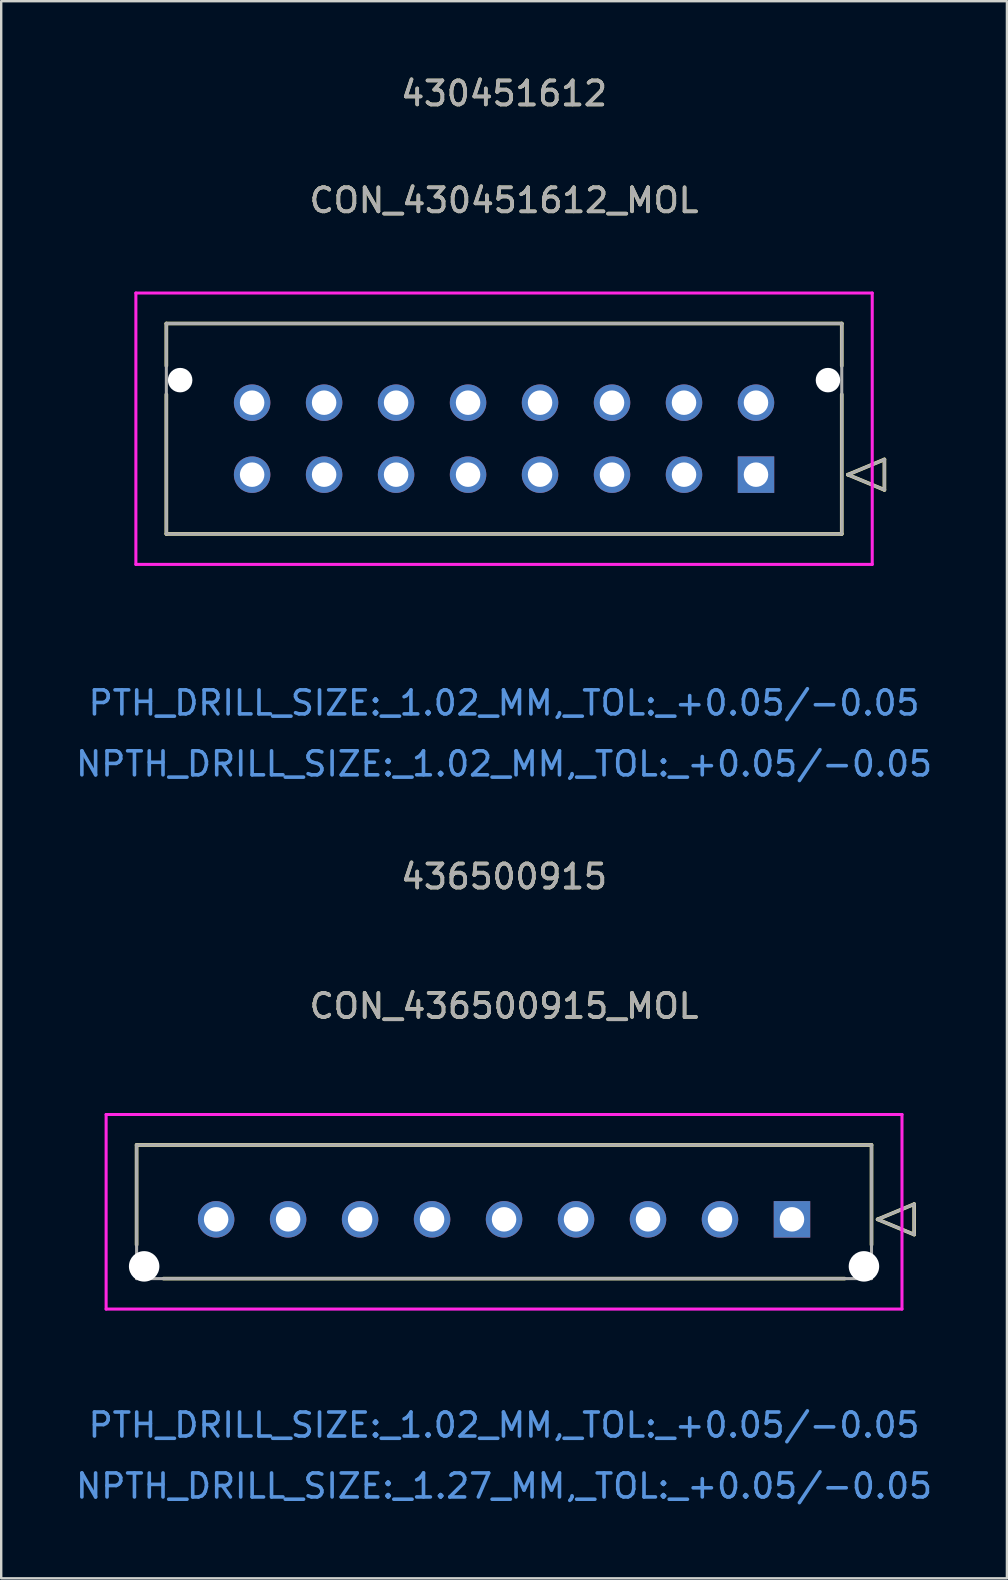
<source format=kicad_pcb>
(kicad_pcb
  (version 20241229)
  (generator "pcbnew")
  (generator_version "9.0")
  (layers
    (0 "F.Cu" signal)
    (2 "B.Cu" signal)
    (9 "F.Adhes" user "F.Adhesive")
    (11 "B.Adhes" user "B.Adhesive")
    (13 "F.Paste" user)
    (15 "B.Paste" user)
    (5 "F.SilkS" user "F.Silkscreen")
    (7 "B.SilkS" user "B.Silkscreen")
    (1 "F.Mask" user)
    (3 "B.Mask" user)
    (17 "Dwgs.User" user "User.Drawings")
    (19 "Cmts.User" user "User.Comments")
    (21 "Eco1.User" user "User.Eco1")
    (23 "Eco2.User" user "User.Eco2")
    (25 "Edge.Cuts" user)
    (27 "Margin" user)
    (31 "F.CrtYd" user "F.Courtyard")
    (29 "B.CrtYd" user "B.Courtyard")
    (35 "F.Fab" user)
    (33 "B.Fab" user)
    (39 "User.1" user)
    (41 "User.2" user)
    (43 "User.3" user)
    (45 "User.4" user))
  (footprint "CON_436500915_MOL"
    (layer "F.Cu")
    (at 29.958 47.77)
    (property "Reference" "CON_436500915_MOL" (at -12 -8.89 0) (unlocked yes) (layer "F.SilkS") (effects (font (size 1 1) (thickness 0.15))))
    (attr through_hole)
    (fp_line (start -27.315 -3.1) (end -27.315 1.061) (stroke (width 0.152) (type solid)) (layer "F.SilkS"))
    (fp_line (start -26.195 2.47) (end 2.196 2.47) (stroke (width 0.152) (type solid)) (layer "F.SilkS"))
    (fp_line (start 3.315 -3.1) (end -27.315 -3.1) (stroke (width 0.152) (type solid)) (layer "F.SilkS"))
    (fp_line (start 3.315 1.061) (end 3.315 -3.1) (stroke (width 0.152) (type solid)) (layer "F.SilkS"))
    (fp_line (start 3.569 0) (end 5.093 -0.635) (stroke (width 0.152) (type solid)) (layer "F.SilkS"))
    (fp_line (start 5.093 -0.635) (end 5.093 0.635) (stroke (width 0.152) (type solid)) (layer "F.SilkS"))
    (fp_line (start 5.093 0.635) (end 3.569 0) (stroke (width 0.152) (type solid)) (layer "F.SilkS"))
    (fp_line (start -28.585 -4.37) (end -28.585 3.74) (stroke (width 0.127) (type solid)) (layer "F.CrtYd"))
    (fp_line (start -28.585 3.74) (end 4.585 3.74) (stroke (width 0.127) (type solid)) (layer "F.CrtYd"))
    (fp_line (start 4.585 -4.37) (end -28.585 -4.37) (stroke (width 0.127) (type solid)) (layer "F.CrtYd"))
    (fp_line (start 4.585 3.74) (end 4.585 -4.37) (stroke (width 0.127) (type solid)) (layer "F.CrtYd"))
    (fp_line (start -27.315 -3.1) (end -27.315 2.47) (stroke (width 0.127) (type solid)) (layer "F.Fab"))
    (fp_line (start -27.315 2.47) (end 3.315 2.47) (stroke (width 0.127) (type solid)) (layer "F.Fab"))
    (fp_line (start 3.315 -3.1) (end -27.315 -3.1) (stroke (width 0.127) (type solid)) (layer "F.Fab"))
    (fp_line (start 3.315 2.47) (end 3.315 -3.1) (stroke (width 0.127) (type solid)) (layer "F.Fab"))
    (fp_line (start 3.569 0) (end 5.093 -0.635) (stroke (width 0.127) (type solid)) (layer "F.Fab"))
    (fp_line (start 5.093 -0.635) (end 5.093 0.635) (stroke (width 0.127) (type solid)) (layer "F.Fab"))
    (fp_line (start 5.093 0.635) (end 3.569 0) (stroke (width 0.127) (type solid)) (layer "F.Fab"))
    (fp_text user "436500915" (at -12 -14.285 0) (unlocked yes) (layer "F.SilkS") (effects (font (size 1 1) (thickness 0.15))))
    (fp_text user "PTH_DRILL_SIZE:_1.02_MM,_TOL:_+0.05/-0.05" (at -12 8.575 0) (unlocked yes) (layer "Cmts.User") (effects (font (size 1 1) (thickness 0.15))))
    (fp_text user "NPTH_DRILL_SIZE:_1.27_MM,_TOL:_+0.05/-0.05" (at -12 11.115 0) (unlocked yes) (layer "Cmts.User") (effects (font (size 1 1) (thickness 0.15))))
    (fp_text user "${REFERENCE}" (at -12 -8.89 0) (unlocked yes) (layer "F.Fab") (effects (font (size 1 1) (thickness 0.15))))
    (fp_text user "436500915" (at -12 -14.285 0) (unlocked yes) (layer "F.Fab") (effects (font (size 1 1) (thickness 0.15))))
    (pad "" np_thru_hole circle (at -27 1.96) (size 1.27 1.27) (drill 1.27) (layers "*.Cu" "*.Mask"))
    (pad "" np_thru_hole circle (at 3 1.96) (size 1.27 1.27) (drill 1.27) (layers "*.Cu" "*.Mask"))
    (pad "1" thru_hole rect (at 0 0) (size 1.52 1.52) (drill 1.02) (layers "*.Cu" "*.Mask"))
    (pad "2" thru_hole circle (at -3 0) (size 1.52 1.52) (drill 1.02) (layers "*.Cu" "*.Mask"))
    (pad "3" thru_hole circle (at -6 0) (size 1.52 1.52) (drill 1.02) (layers "*.Cu" "*.Mask"))
    (pad "4" thru_hole circle (at -9 0) (size 1.52 1.52) (drill 1.02) (layers "*.Cu" "*.Mask"))
    (pad "5" thru_hole circle (at -12 0) (size 1.52 1.52) (drill 1.02) (layers "*.Cu" "*.Mask"))
    (pad "6" thru_hole circle (at -15 0) (size 1.52 1.52) (drill 1.02) (layers "*.Cu" "*.Mask"))
    (pad "7" thru_hole circle (at -18 0) (size 1.52 1.52) (drill 1.02) (layers "*.Cu" "*.Mask"))
    (pad "8" thru_hole circle (at -21 0) (size 1.52 1.52) (drill 1.02) (layers "*.Cu" "*.Mask"))
    (pad "9" thru_hole circle (at -24 0) (size 1.52 1.52) (drill 1.02) (layers "*.Cu" "*.Mask")))
  (footprint "CON_430451612_MOL"
    (layer "F.Cu")
    (at 28.458 16.733)
    (property "Reference" "CON_430451612_MOL" (at -10.5 -11.43 0) (unlocked yes) (layer "F.SilkS") (effects (font (size 1 1) (thickness 0.15))))
    (attr through_hole)
    (fp_line (start -24.575 -6.3) (end -24.575 -4.535) (stroke (width 0.152) (type solid)) (layer "F.SilkS"))
    (fp_line (start -24.575 -3.345) (end -24.575 2.47) (stroke (width 0.152) (type solid)) (layer "F.SilkS"))
    (fp_line (start -24.575 2.47) (end 3.575 2.47) (stroke (width 0.152) (type solid)) (layer "F.SilkS"))
    (fp_line (start 3.575 -6.3) (end -24.575 -6.3) (stroke (width 0.152) (type solid)) (layer "F.SilkS"))
    (fp_line (start 3.575 -4.535) (end 3.575 -6.3) (stroke (width 0.152) (type solid)) (layer "F.SilkS"))
    (fp_line (start 3.575 2.47) (end 3.575 -3.345) (stroke (width 0.152) (type solid)) (layer "F.SilkS"))
    (fp_line (start 3.829 0) (end 5.353 -0.635) (stroke (width 0.152) (type solid)) (layer "F.SilkS"))
    (fp_line (start 5.353 -0.635) (end 5.353 0.635) (stroke (width 0.152) (type solid)) (layer "F.SilkS"))
    (fp_line (start 5.353 0.635) (end 3.829 0) (stroke (width 0.152) (type solid)) (layer "F.SilkS"))
    (fp_line (start -25.845 -7.57) (end -25.845 3.74) (stroke (width 0.127) (type solid)) (layer "F.CrtYd"))
    (fp_line (start -25.845 3.74) (end 4.845 3.74) (stroke (width 0.127) (type solid)) (layer "F.CrtYd"))
    (fp_line (start 4.845 -7.57) (end -25.845 -7.57) (stroke (width 0.127) (type solid)) (layer "F.CrtYd"))
    (fp_line (start 4.845 3.74) (end 4.845 -7.57) (stroke (width 0.127) (type solid)) (layer "F.CrtYd"))
    (fp_line (start -24.575 -6.3) (end -24.575 2.47) (stroke (width 0.127) (type solid)) (layer "F.Fab"))
    (fp_line (start -24.575 2.47) (end 3.575 2.47) (stroke (width 0.127) (type solid)) (layer "F.Fab"))
    (fp_line (start 3.575 -6.3) (end -24.575 -6.3) (stroke (width 0.127) (type solid)) (layer "F.Fab"))
    (fp_line (start 3.575 2.47) (end 3.575 -6.3) (stroke (width 0.127) (type solid)) (layer "F.Fab"))
    (fp_line (start 3.829 0) (end 5.353 -0.635) (stroke (width 0.127) (type solid)) (layer "F.Fab"))
    (fp_line (start 5.353 -0.635) (end 5.353 0.635) (stroke (width 0.127) (type solid)) (layer "F.Fab"))
    (fp_line (start 5.353 0.635) (end 3.829 0) (stroke (width 0.127) (type solid)) (layer "F.Fab"))
    (fp_text user "430451612" (at -10.5 -15.885 0) (unlocked yes) (layer "F.SilkS") (effects (font (size 1 1) (thickness 0.15))))
    (fp_text user "PTH_DRILL_SIZE:_1.02_MM,_TOL:_+0.05/-0.05" (at -10.5 9.515 0) (unlocked yes) (layer "Cmts.User") (effects (font (size 1 1) (thickness 0.15))))
    (fp_text user "NPTH_DRILL_SIZE:_1.02_MM,_TOL:_+0.05/-0.05" (at -10.5 12.055 0) (unlocked yes) (layer "Cmts.User") (effects (font (size 1 1) (thickness 0.15))))
    (fp_text user "${REFERENCE}" (at -10.5 -11.43 0) (unlocked yes) (layer "F.Fab") (effects (font (size 1 1) (thickness 0.15))))
    (fp_text user "430451612" (at -10.5 -15.885 0) (unlocked yes) (layer "F.Fab") (effects (font (size 1 1) (thickness 0.15))))
    (pad "" np_thru_hole circle (at -24 -3.94) (size 1.02 1.02) (drill 1.02) (layers "*.Cu" "*.Mask"))
    (pad "" np_thru_hole circle (at 3 -3.94) (size 1.02 1.02) (drill 1.02) (layers "*.Cu" "*.Mask"))
    (pad "1" thru_hole rect (at 0 0) (size 1.52 1.52) (drill 1.02) (layers "*.Cu" "*.Mask"))
    (pad "2" thru_hole circle (at -3 0) (size 1.52 1.52) (drill 1.02) (layers "*.Cu" "*.Mask"))
    (pad "3" thru_hole circle (at -6 0) (size 1.52 1.52) (drill 1.02) (layers "*.Cu" "*.Mask"))
    (pad "4" thru_hole circle (at -9 0) (size 1.52 1.52) (drill 1.02) (layers "*.Cu" "*.Mask"))
    (pad "5" thru_hole circle (at -12 0) (size 1.52 1.52) (drill 1.02) (layers "*.Cu" "*.Mask"))
    (pad "6" thru_hole circle (at -15 0) (size 1.52 1.52) (drill 1.02) (layers "*.Cu" "*.Mask"))
    (pad "7" thru_hole circle (at -18 0) (size 1.52 1.52) (drill 1.02) (layers "*.Cu" "*.Mask"))
    (pad "8" thru_hole circle (at -21 0) (size 1.52 1.52) (drill 1.02) (layers "*.Cu" "*.Mask"))
    (pad "9" thru_hole circle (at 0 -3) (size 1.52 1.52) (drill 1.02) (layers "*.Cu" "*.Mask"))
    (pad "10" thru_hole circle (at -3 -3) (size 1.52 1.52) (drill 1.02) (layers "*.Cu" "*.Mask"))
    (pad "11" thru_hole circle (at -6 -3) (size 1.52 1.52) (drill 1.02) (layers "*.Cu" "*.Mask"))
    (pad "12" thru_hole circle (at -9 -3) (size 1.52 1.52) (drill 1.02) (layers "*.Cu" "*.Mask"))
    (pad "13" thru_hole circle (at -12 -3) (size 1.52 1.52) (drill 1.02) (layers "*.Cu" "*.Mask"))
    (pad "14" thru_hole circle (at -15 -3) (size 1.52 1.52) (drill 1.02) (layers "*.Cu" "*.Mask"))
    (pad "15" thru_hole circle (at -18 -3) (size 1.52 1.52) (drill 1.02) (layers "*.Cu" "*.Mask"))
    (pad "16" thru_hole circle (at -21 -3) (size 1.52 1.52) (drill 1.02) (layers "*.Cu" "*.Mask")))
  (gr_rect
    (start -3 -3)
    (end 38.917 62.733)
    (stroke (width 0.1) (type default))
    (fill no)
    (layer "Edge.Cuts")))
</source>
